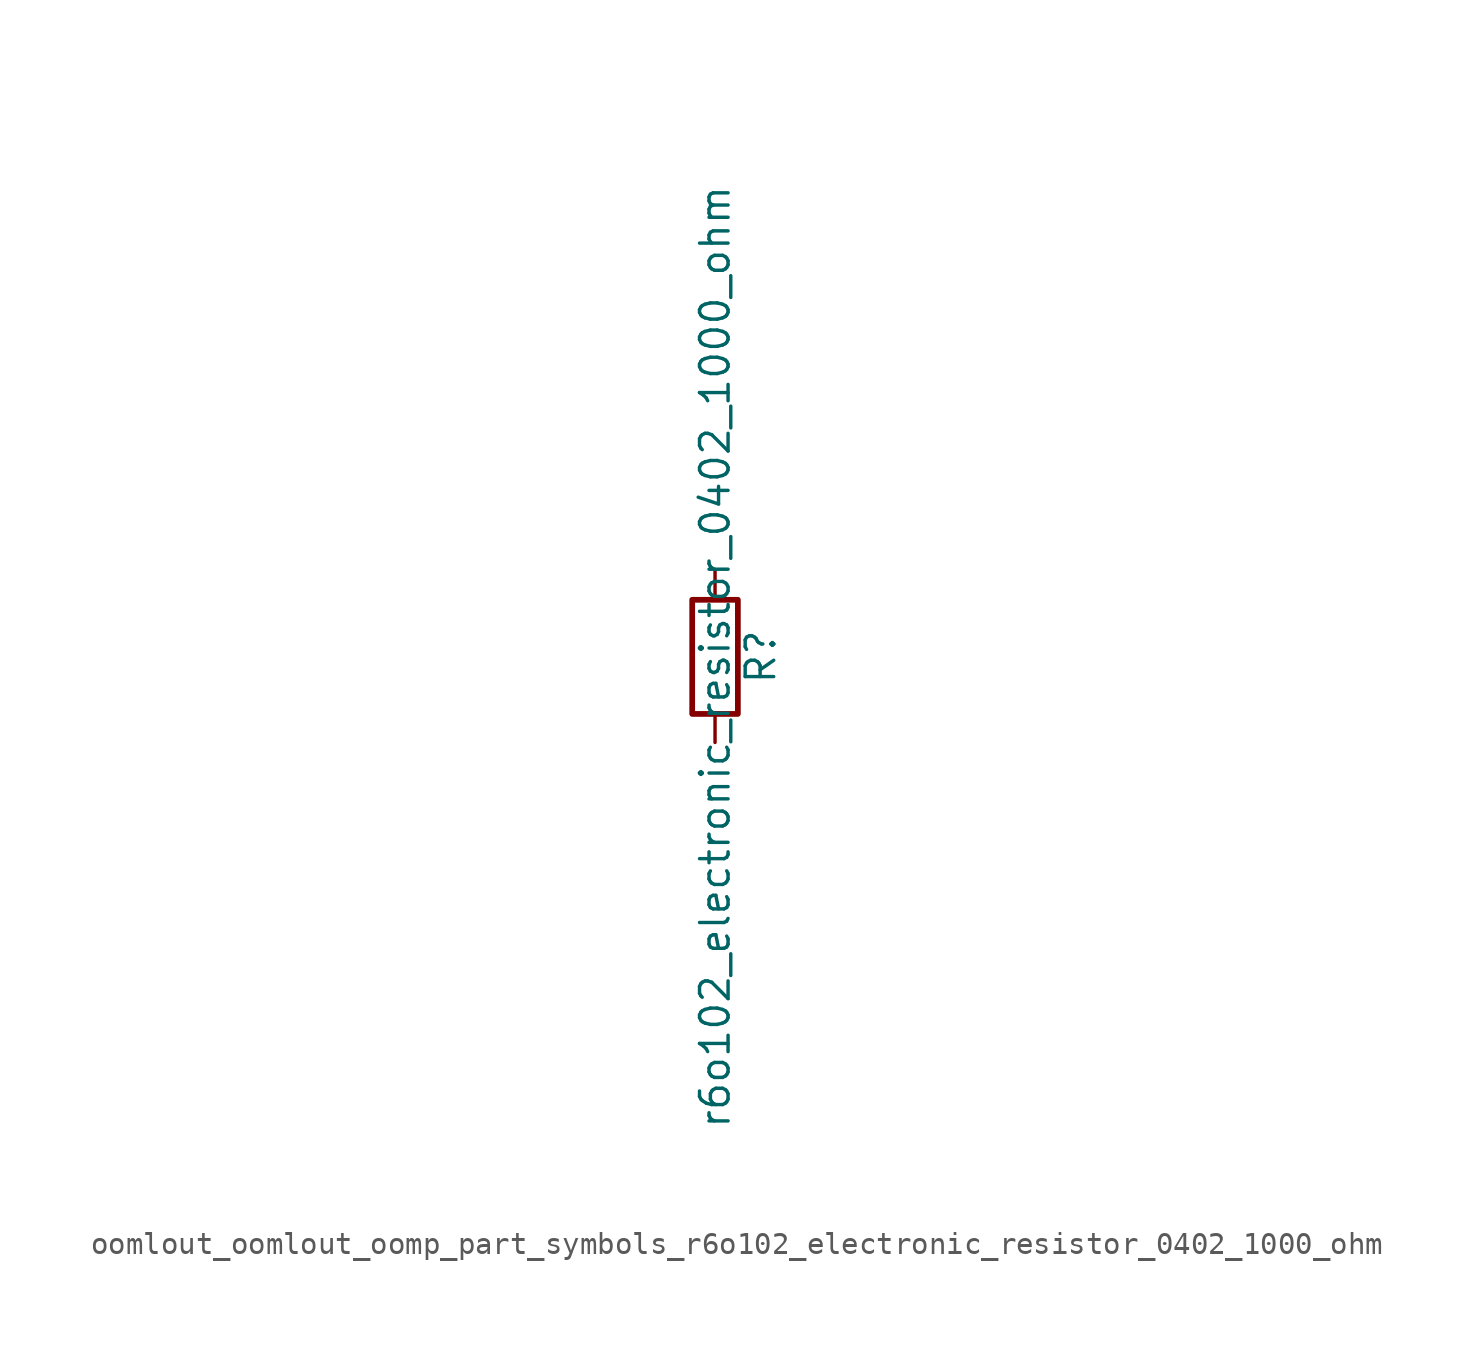
<source format=kicad_sym>
(kicad_symbol_lib
  (version 20220914)
  (generator kicad_symbol_editor)
  (symbol "oomlout_oomlout_oomp_part_symbols_r6o102_electronic_resistor_0402_1000_ohm"
    (pin_numbers hide)
    (pin_names
      (offset 0))
    (property "Reference" "R"
      (at 2.032 0 90)
      (effects (font (size 1.27 1.27))))
    (property "Value" "r6o102_electronic_resistor_0402_1000_ohm"
      (at 0 0 90)
      (effects (font (size 1.27 1.27))))
    (symbol "oomlout_oomlout_oomp_part_symbols_r6o102_electronic_resistor_0402_1000_ohm_0_1"
      (rectangle (start -1.016 -2.54) (end 1.016 2.54) (stroke (width 0.254) (type default)) (fill (type none))))
    (symbol "oomlout_oomlout_oomp_part_symbols_r6o102_electronic_resistor_0402_1000_ohm_1_1"
      (pin passive line (at 0 3.81 270) (length 1.27) (name "~" (effects (font (size 1.27 1.27)))) (number "1" (effects (font (size 1.27 1.27)))))
      (pin passive line (at 0 -3.81 90) (length 1.27) (name "~" (effects (font (size 1.27 1.27)))) (number "2" (effects (font (size 1.27 1.27))))))))
</source>
